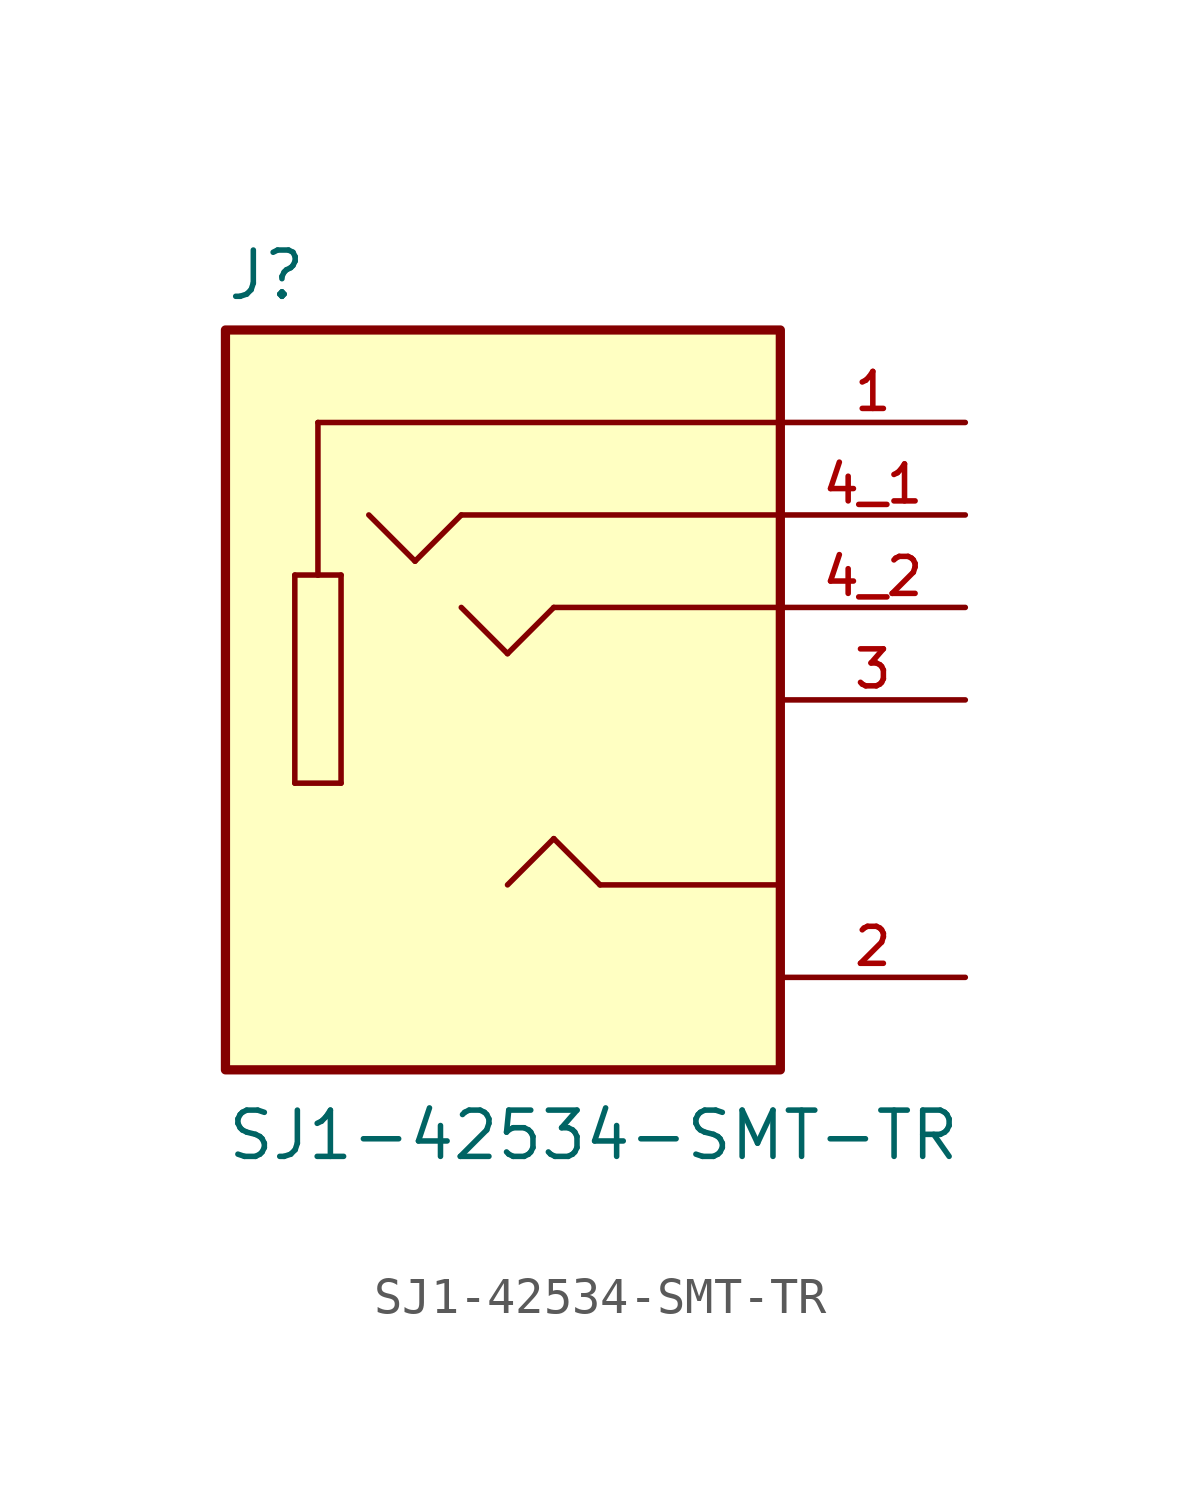
<source format=kicad_sym>
(kicad_symbol_lib
  (version 20211014)
  (generator kicad_symbol_editor)
  (symbol "SJ1-42534-SMT-TR"
    (pin_names
      (offset 1.016))
    (property "Reference" "J"
      (at -7.62 8.382 0)
      (effects (font (size 1.27 1.27)) (justify bottom left)))
    (property "Value" "SJ1-42534-SMT-TR"
      (at -7.62 -15.24 0)
      (effects (font (size 1.27 1.27)) (justify bottom left)))
    (symbol "SJ1-42534-SMT-TR_0_0"
      (polyline (pts (xy 7.62 5.08) (xy -5.08 5.08)) (stroke (width 0.152)))
      (polyline (pts (xy -5.08 5.08) (xy -5.08 0.889)) (stroke (width 0.152)))
      (polyline (pts (xy -5.08 0.889) (xy -4.445 0.889)) (stroke (width 0.152)))
      (polyline (pts (xy -4.445 0.889) (xy -4.445 -4.826)) (stroke (width 0.152)))
      (polyline (pts (xy -4.445 -4.826) (xy -5.715 -4.826)) (stroke (width 0.152)))
      (polyline (pts (xy -5.715 -4.826) (xy -5.715 0.889)) (stroke (width 0.152)))
      (polyline (pts (xy -5.715 0.889) (xy -5.08 0.889)) (stroke (width 0.152)))
      (polyline (pts (xy 7.62 0.0) (xy 1.397 0.0)) (stroke (width 0.152)))
      (polyline (pts (xy 1.397 0.0) (xy 0.127 -1.27)) (stroke (width 0.152)))
      (polyline (pts (xy 0.127 -1.27) (xy -1.143 0.0)) (stroke (width 0.152)))
      (polyline (pts (xy 7.62 -7.62) (xy 2.667 -7.62)) (stroke (width 0.152)))
      (polyline (pts (xy 2.667 -7.62) (xy 1.397 -6.35)) (stroke (width 0.152)))
      (polyline (pts (xy 1.397 -6.35) (xy 0.127 -7.62)) (stroke (width 0.152)))
      (polyline (pts (xy 7.62 2.54) (xy -1.143 2.54)) (stroke (width 0.152)))
      (polyline (pts (xy -1.143 2.54) (xy -2.413 1.27)) (stroke (width 0.152)))
      (polyline (pts (xy -2.413 1.27) (xy -3.683 2.54)) (stroke (width 0.152)))
      (rectangle (start -7.62 -12.7) (end 7.62 7.62) (stroke (width 0.254)) (fill (type background)))
      (pin passive line (at 12.7 5.08 180.0) (length 5.08) (name "~" (effects (font (size 1.016 1.016)))) (number "1" (effects (font (size 1.016 1.016)))))
      (pin passive line (at 12.7 -10.16 180.0) (length 5.08) (name "~" (effects (font (size 1.016 1.016)))) (number "2" (effects (font (size 1.016 1.016)))))
      (pin passive line (at 12.7 -2.54 180.0) (length 5.08) (name "~" (effects (font (size 1.016 1.016)))) (number "3" (effects (font (size 1.016 1.016)))))
      (pin passive line (at 12.7 2.54 180.0) (length 5.08) (name "~" (effects (font (size 1.016 1.016)))) (number "4_1" (effects (font (size 1.016 1.016)))))
      (pin passive line (at 12.7 0.0 180.0) (length 5.08) (name "~" (effects (font (size 1.016 1.016)))) (number "4_2" (effects (font (size 1.016 1.016))))))))
</source>
